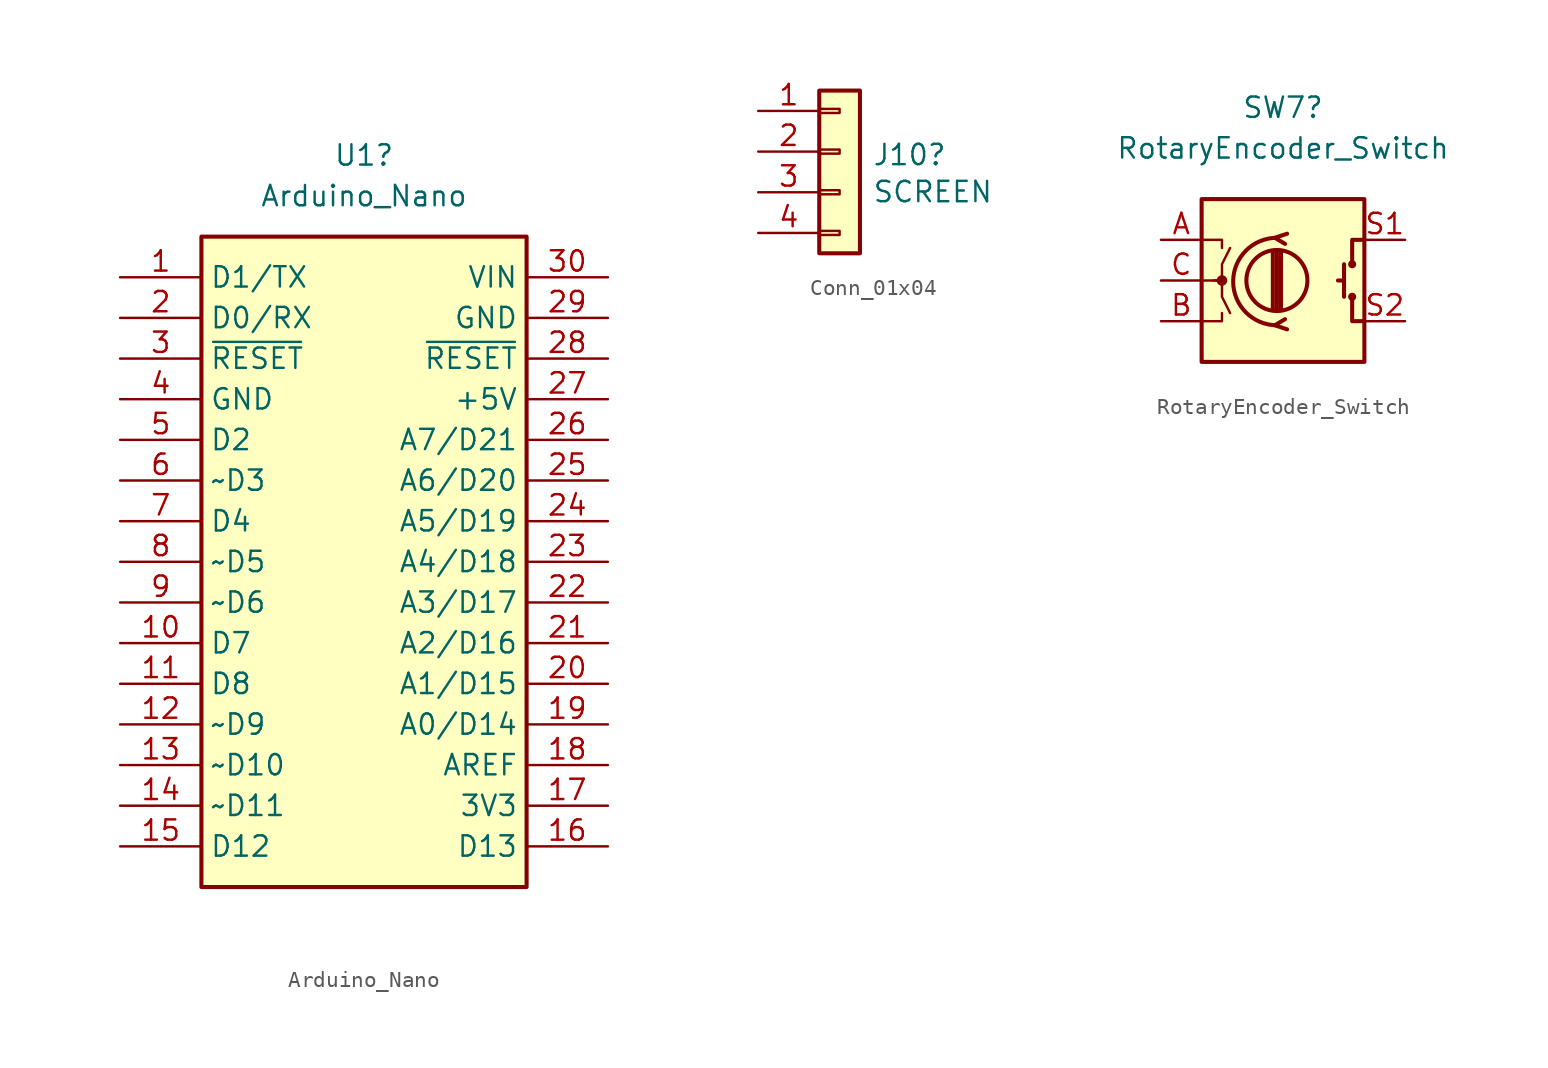
<source format=kicad_sym>
(kicad_symbol_lib
  (version 20220914)
  (generator kicad_symbol_editor)
  (symbol "Arduino_Nano"
    (property "Reference" "U1"
      (at 0 25.4 0)
      (effects (font (size 1.27 1.27))))
    (property "Value" "Arduino_Nano"
      (at 0 22.86 0)
      (effects (font (size 1.27 1.27))))
    (symbol "Arduino_Nano_0_1"
      (rectangle (start -10.16 20.32) (end 10.16 -20.32) (stroke (width 0.254) (type default)) (fill (type background))))
    (symbol "Arduino_Nano_1_1"
      (pin bidirectional line (at -15.24 17.78 0) (length 5.08) (name "D1/TX" (effects (font (size 1.27 1.27)))) (number "1" (effects (font (size 1.27 1.27)))))
      (pin bidirectional line (at -15.24 -5.08 0) (length 5.08) (name "D7" (effects (font (size 1.27 1.27)))) (number "10" (effects (font (size 1.27 1.27)))))
      (pin bidirectional line (at -15.24 -7.62 0) (length 5.08) (name "D8" (effects (font (size 1.27 1.27)))) (number "11" (effects (font (size 1.27 1.27)))))
      (pin bidirectional line (at -15.24 -10.16 0) (length 5.08) (name "~D9" (effects (font (size 1.27 1.27)))) (number "12" (effects (font (size 1.27 1.27)))))
      (pin bidirectional line (at -15.24 -12.7 0) (length 5.08) (name "~D10" (effects (font (size 1.27 1.27)))) (number "13" (effects (font (size 1.27 1.27)))))
      (pin bidirectional line (at -15.24 -15.24 0) (length 5.08) (name "~D11" (effects (font (size 1.27 1.27)))) (number "14" (effects (font (size 1.27 1.27)))))
      (pin bidirectional line (at -15.24 -17.78 0) (length 5.08) (name "D12" (effects (font (size 1.27 1.27)))) (number "15" (effects (font (size 1.27 1.27)))))
      (pin bidirectional line (at 15.24 -17.78 180) (length 5.08) (name "D13" (effects (font (size 1.27 1.27)))) (number "16" (effects (font (size 1.27 1.27)))))
      (pin power_out line (at 15.24 -15.24 180) (length 5.08) (name "3V3" (effects (font (size 1.27 1.27)))) (number "17" (effects (font (size 1.27 1.27)))))
      (pin input line (at 15.24 -12.7 180) (length 5.08) (name "AREF" (effects (font (size 1.27 1.27)))) (number "18" (effects (font (size 1.27 1.27)))))
      (pin bidirectional line (at 15.24 -10.16 180) (length 5.08) (name "A0/D14" (effects (font (size 1.27 1.27)))) (number "19" (effects (font (size 1.27 1.27)))))
      (pin bidirectional line (at -15.24 15.24 0) (length 5.08) (name "D0/RX" (effects (font (size 1.27 1.27)))) (number "2" (effects (font (size 1.27 1.27)))))
      (pin bidirectional line (at 15.24 -7.62 180) (length 5.08) (name "A1/D15" (effects (font (size 1.27 1.27)))) (number "20" (effects (font (size 1.27 1.27)))))
      (pin bidirectional line (at 15.24 -5.08 180) (length 5.08) (name "A2/D16" (effects (font (size 1.27 1.27)))) (number "21" (effects (font (size 1.27 1.27)))))
      (pin bidirectional line (at 15.24 -2.54 180) (length 5.08) (name "A3/D17" (effects (font (size 1.27 1.27)))) (number "22" (effects (font (size 1.27 1.27)))))
      (pin bidirectional line (at 15.24 0 180) (length 5.08) (name "A4/D18" (effects (font (size 1.27 1.27)))) (number "23" (effects (font (size 1.27 1.27)))))
      (pin bidirectional line (at 15.24 2.54 180) (length 5.08) (name "A5/D19" (effects (font (size 1.27 1.27)))) (number "24" (effects (font (size 1.27 1.27)))))
      (pin bidirectional line (at 15.24 5.08 180) (length 5.08) (name "A6/D20" (effects (font (size 1.27 1.27)))) (number "25" (effects (font (size 1.27 1.27)))))
      (pin bidirectional line (at 15.24 7.62 180) (length 5.08) (name "A7/D21" (effects (font (size 1.27 1.27)))) (number "26" (effects (font (size 1.27 1.27)))))
      (pin power_out line (at 15.24 10.16 180) (length 5.08) (name "+5V" (effects (font (size 1.27 1.27)))) (number "27" (effects (font (size 1.27 1.27)))))
      (pin input line (at 15.24 12.7 180) (length 5.08) (name "~{RESET}" (effects (font (size 1.27 1.27)))) (number "28" (effects (font (size 1.27 1.27)))))
      (pin power_in line (at 15.24 15.24 180) (length 5.08) (name "GND" (effects (font (size 1.27 1.27)))) (number "29" (effects (font (size 1.27 1.27)))))
      (pin input line (at -15.24 12.7 0) (length 5.08) (name "~{RESET}" (effects (font (size 1.27 1.27)))) (number "3" (effects (font (size 1.27 1.27)))))
      (pin power_in line (at 15.24 17.78 180) (length 5.08) (name "VIN" (effects (font (size 1.27 1.27)))) (number "30" (effects (font (size 1.27 1.27)))))
      (pin power_in line (at -15.24 10.16 0) (length 5.08) (name "GND" (effects (font (size 1.27 1.27)))) (number "4" (effects (font (size 1.27 1.27)))))
      (pin bidirectional line (at -15.24 7.62 0) (length 5.08) (name "D2" (effects (font (size 1.27 1.27)))) (number "5" (effects (font (size 1.27 1.27)))))
      (pin bidirectional line (at -15.24 5.08 0) (length 5.08) (name "~D3" (effects (font (size 1.27 1.27)))) (number "6" (effects (font (size 1.27 1.27)))))
      (pin bidirectional line (at -15.24 2.54 0) (length 5.08) (name "D4" (effects (font (size 1.27 1.27)))) (number "7" (effects (font (size 1.27 1.27)))))
      (pin bidirectional line (at -15.24 0 0) (length 5.08) (name "~D5" (effects (font (size 1.27 1.27)))) (number "8" (effects (font (size 1.27 1.27)))))
      (pin bidirectional line (at -15.24 -2.54 0) (length 5.08) (name "~D6" (effects (font (size 1.27 1.27)))) (number "9" (effects (font (size 1.27 1.27)))))))
  (symbol "Conn_01x04"
    (pin_names
      (offset 1.016) hide)
    (property "Reference" "J10"
      (at 2.032 -0.203 0)
      (effects (font (size 1.27 1.27)) (justify left)))
    (property "Value" "SCREEN"
      (at 2.032 -2.515 0)
      (effects (font (size 1.27 1.27)) (justify left)))
    (symbol "Conn_01x04_1_1"
      (rectangle (start -1.27 -4.953) (end 0 -5.207) (stroke (width 0.152) (type default)) (fill (type none)))
      (rectangle (start -1.27 -2.413) (end 0 -2.667) (stroke (width 0.152) (type default)) (fill (type none)))
      (rectangle (start -1.27 0.127) (end 0 -0.127) (stroke (width 0.152) (type default)) (fill (type none)))
      (rectangle (start -1.27 2.667) (end 0 2.413) (stroke (width 0.152) (type default)) (fill (type none)))
      (rectangle (start -1.27 3.81) (end 1.27 -6.35) (stroke (width 0.254) (type default)) (fill (type background)))
      (pin passive line (at -5.08 2.54 0) (length 3.81) (name "Pin_1" (effects (font (size 1.27 1.27)))) (number "1" (effects (font (size 1.27 1.27)))))
      (pin passive line (at -5.08 0 0) (length 3.81) (name "Pin_2" (effects (font (size 1.27 1.27)))) (number "2" (effects (font (size 1.27 1.27)))))
      (pin passive line (at -5.08 -2.54 0) (length 3.81) (name "Pin_3" (effects (font (size 1.27 1.27)))) (number "3" (effects (font (size 1.27 1.27)))))
      (pin passive line (at -5.08 -5.08 0) (length 3.81) (name "Pin_4" (effects (font (size 1.27 1.27)))) (number "4" (effects (font (size 1.27 1.27)))))))
  (symbol "RotaryEncoder_Switch"
    (pin_names
      (offset 0.254) hide)
    (property "Reference" "SW7"
      (at 0 10.795 0)
      (effects (font (size 1.27 1.27))))
    (property "Value" "RotaryEncoder_Switch"
      (at 0 8.255 0)
      (effects (font (size 1.27 1.27))))
    (symbol "RotaryEncoder_Switch_0_1"
      (rectangle (start -5.08 5.08) (end 5.08 -5.08) (stroke (width 0.254) (type default)) (fill (type background)))
      (circle (center -3.81 0) (radius 0.254) (stroke (width 0) (type default)) (fill (type outline)))
      (circle (center -0.381 0) (radius 1.905) (stroke (width 0.254) (type default)) (fill (type none)))
      (arc (start -0.381 2.667) (mid -3.0988 -0.0635) (end -0.381 -2.794) (stroke (width 0.254) (type default)) (fill (type none)))
      (polyline (pts (xy -0.635 -1.778) (xy -0.635 1.778)) (stroke (width 0.254) (type default)) (fill (type none)))
      (polyline (pts (xy -0.381 -1.778) (xy -0.381 1.778)) (stroke (width 0.254) (type default)) (fill (type none)))
      (polyline (pts (xy -0.127 1.778) (xy -0.127 -1.778)) (stroke (width 0.254) (type default)) (fill (type none)))
      (polyline (pts (xy 3.81 0) (xy 3.429 0)) (stroke (width 0.254) (type default)) (fill (type none)))
      (polyline (pts (xy 3.81 1.016) (xy 3.81 -1.016)) (stroke (width 0.254) (type default)) (fill (type none)))
      (polyline (pts (xy -5.08 -2.54) (xy -3.81 -2.54) (xy -3.81 -2.032)) (stroke (width 0) (type default)) (fill (type none)))
      (polyline (pts (xy -5.08 2.54) (xy -3.81 2.54) (xy -3.81 2.032)) (stroke (width 0) (type default)) (fill (type none)))
      (polyline (pts (xy 0.254 -3.048) (xy -0.508 -2.794) (xy 0.127 -2.413)) (stroke (width 0.254) (type default)) (fill (type none)))
      (polyline (pts (xy 0.254 2.921) (xy -0.508 2.667) (xy 0.127 2.286)) (stroke (width 0.254) (type default)) (fill (type none)))
      (polyline (pts (xy 5.08 -2.54) (xy 4.318 -2.54) (xy 4.318 -1.016)) (stroke (width 0.254) (type default)) (fill (type none)))
      (polyline (pts (xy 5.08 2.54) (xy 4.318 2.54) (xy 4.318 1.016)) (stroke (width 0.254) (type default)) (fill (type none)))
      (polyline (pts (xy -5.08 0) (xy -3.81 0) (xy -3.81 -1.016) (xy -3.302 -2.032)) (stroke (width 0) (type default)) (fill (type none)))
      (polyline (pts (xy -4.318 0) (xy -3.81 0) (xy -3.81 1.016) (xy -3.302 2.032)) (stroke (width 0) (type default)) (fill (type none)))
      (circle (center 4.318 -1.016) (radius 0.127) (stroke (width 0.254) (type default)) (fill (type none)))
      (circle (center 4.318 1.016) (radius 0.127) (stroke (width 0.254) (type default)) (fill (type none))))
    (symbol "RotaryEncoder_Switch_1_1"
      (pin passive line (at -7.62 2.54 0) (length 2.54) (name "A" (effects (font (size 1.27 1.27)))) (number "A" (effects (font (size 1.27 1.27)))))
      (pin passive line (at -7.62 -2.54 0) (length 2.54) (name "B" (effects (font (size 1.27 1.27)))) (number "B" (effects (font (size 1.27 1.27)))))
      (pin passive line (at -7.62 0 0) (length 2.54) (name "C" (effects (font (size 1.27 1.27)))) (number "C" (effects (font (size 1.27 1.27)))))
      (pin passive line (at 7.62 2.54 180) (length 2.54) (name "S1" (effects (font (size 1.27 1.27)))) (number "S1" (effects (font (size 1.27 1.27)))))
      (pin passive line (at 7.62 -2.54 180) (length 2.54) (name "S2" (effects (font (size 1.27 1.27)))) (number "S2" (effects (font (size 1.27 1.27))))))))
</source>
